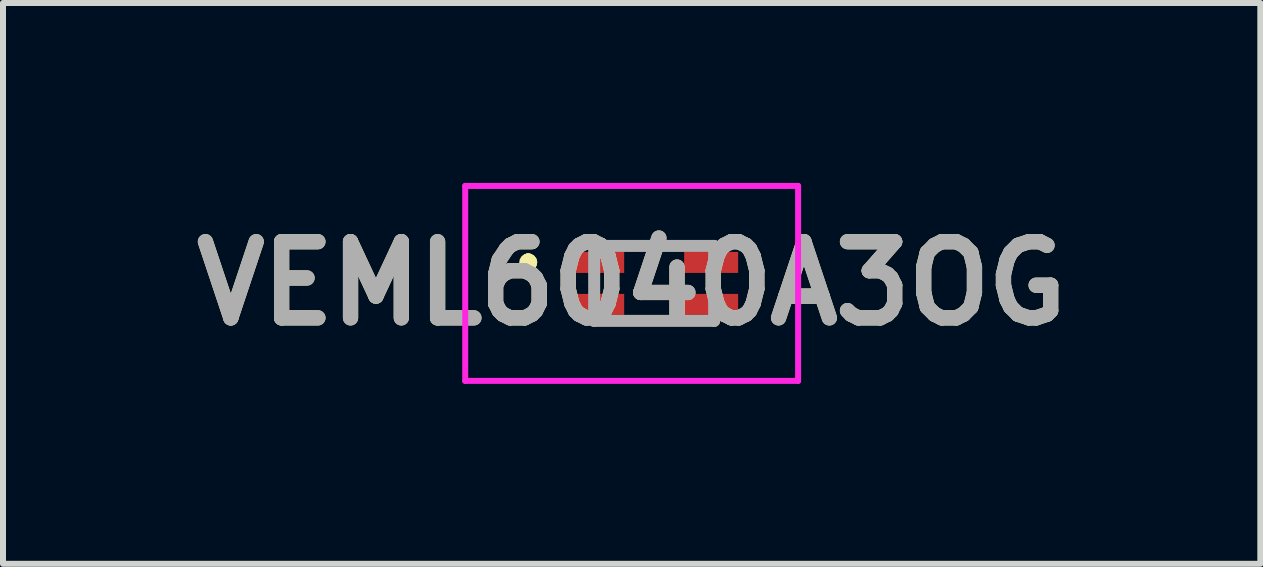
<source format=kicad_pcb>
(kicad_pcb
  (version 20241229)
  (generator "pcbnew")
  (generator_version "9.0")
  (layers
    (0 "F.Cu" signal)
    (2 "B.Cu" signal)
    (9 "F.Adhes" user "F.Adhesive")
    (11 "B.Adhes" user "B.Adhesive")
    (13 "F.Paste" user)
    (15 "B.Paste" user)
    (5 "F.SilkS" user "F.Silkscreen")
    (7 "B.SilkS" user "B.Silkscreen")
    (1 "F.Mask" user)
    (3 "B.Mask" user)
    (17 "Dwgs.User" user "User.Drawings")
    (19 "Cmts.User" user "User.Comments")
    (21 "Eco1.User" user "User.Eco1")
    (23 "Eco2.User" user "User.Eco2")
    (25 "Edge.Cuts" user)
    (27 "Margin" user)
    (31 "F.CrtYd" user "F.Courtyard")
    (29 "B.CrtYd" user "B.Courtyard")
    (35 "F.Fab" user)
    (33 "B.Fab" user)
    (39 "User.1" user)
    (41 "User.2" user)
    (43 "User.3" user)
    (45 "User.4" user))
  (footprint "VEML6040A3OG"
    (layer "F.Cu")
    (at 8.756 1.675)
    (property "Reference" "VEML6040A3OG" (at -1.275 0 0) (layer "F.SilkS") (effects (font (size 1.27 1.27) (thickness 0.254))))
    (attr smd)
    (fp_line (start -3 -0.4) (end -3 -0.4) (stroke (width 0.2) (type solid)) (layer "F.SilkS"))
    (fp_line (start -3 -0.3) (end -3 -0.3) (stroke (width 0.2) (type solid)) (layer "F.SilkS"))
    (fp_line (start -3 -0.3) (end -3 -0.3) (stroke (width 0.2) (type solid)) (layer "F.SilkS"))
    (fp_arc (start -3 -0.4) (mid -2.95 -0.35) (end -3 -0.3) (stroke (width 0.2) (type solid)) (layer "F.SilkS"))
    (fp_arc (start -3 -0.4) (mid -2.95 -0.35) (end -3 -0.3) (stroke (width 0.2) (type solid)) (layer "F.SilkS"))
    (fp_arc (start -3 -0.3) (mid -3.05 -0.35) (end -3 -0.4) (stroke (width 0.2) (type solid)) (layer "F.SilkS"))
    (fp_line (start -4.05 -1.625) (end 1.5 -1.625) (stroke (width 0.1) (type solid)) (layer "F.CrtYd"))
    (fp_line (start -4.05 1.625) (end -4.05 -1.625) (stroke (width 0.1) (type solid)) (layer "F.CrtYd"))
    (fp_line (start 1.5 -1.625) (end 1.5 1.625) (stroke (width 0.1) (type solid)) (layer "F.CrtYd"))
    (fp_line (start 1.5 1.625) (end -4.05 1.625) (stroke (width 0.1) (type solid)) (layer "F.CrtYd"))
    (fp_line (start -1.9 -0.625) (end -1.9 0.625) (stroke (width 0.2) (type solid)) (layer "F.Fab"))
    (fp_line (start -1.9 0.625) (end 0.1 0.625) (stroke (width 0.2) (type solid)) (layer "F.Fab"))
    (fp_line (start 0.1 -0.625) (end -1.9 -0.625) (stroke (width 0.2) (type solid)) (layer "F.Fab"))
    (fp_line (start 0.1 0.625) (end 0.1 -0.625) (stroke (width 0.2) (type solid)) (layer "F.Fab"))
    (fp_text user "${REFERENCE}" (at -1.275 0 0) (layer "F.Fab") (effects (font (size 1.27 1.27) (thickness 0.254))))
    (pad "1" smd rect (at -1.85 -0.35 90) (size 0.35 0.9) (layers "F.Cu" "F.Mask" "F.Paste"))
    (pad "2" smd rect (at -1.85 0.35 90) (size 0.35 0.9) (layers "F.Cu" "F.Mask" "F.Paste"))
    (pad "3" smd rect (at 0 0.35 90) (size 0.35 1) (layers "F.Cu" "F.Mask" "F.Paste"))
    (pad "4" smd rect (at 0.05 -0.35 90) (size 0.35 0.9) (layers "F.Cu" "F.Mask" "F.Paste")))
  (gr_rect
    (start -3 -3)
    (end 17.962 6.35)
    (stroke (width 0.1) (type default))
    (fill no)
    (layer "Edge.Cuts")))
</source>
